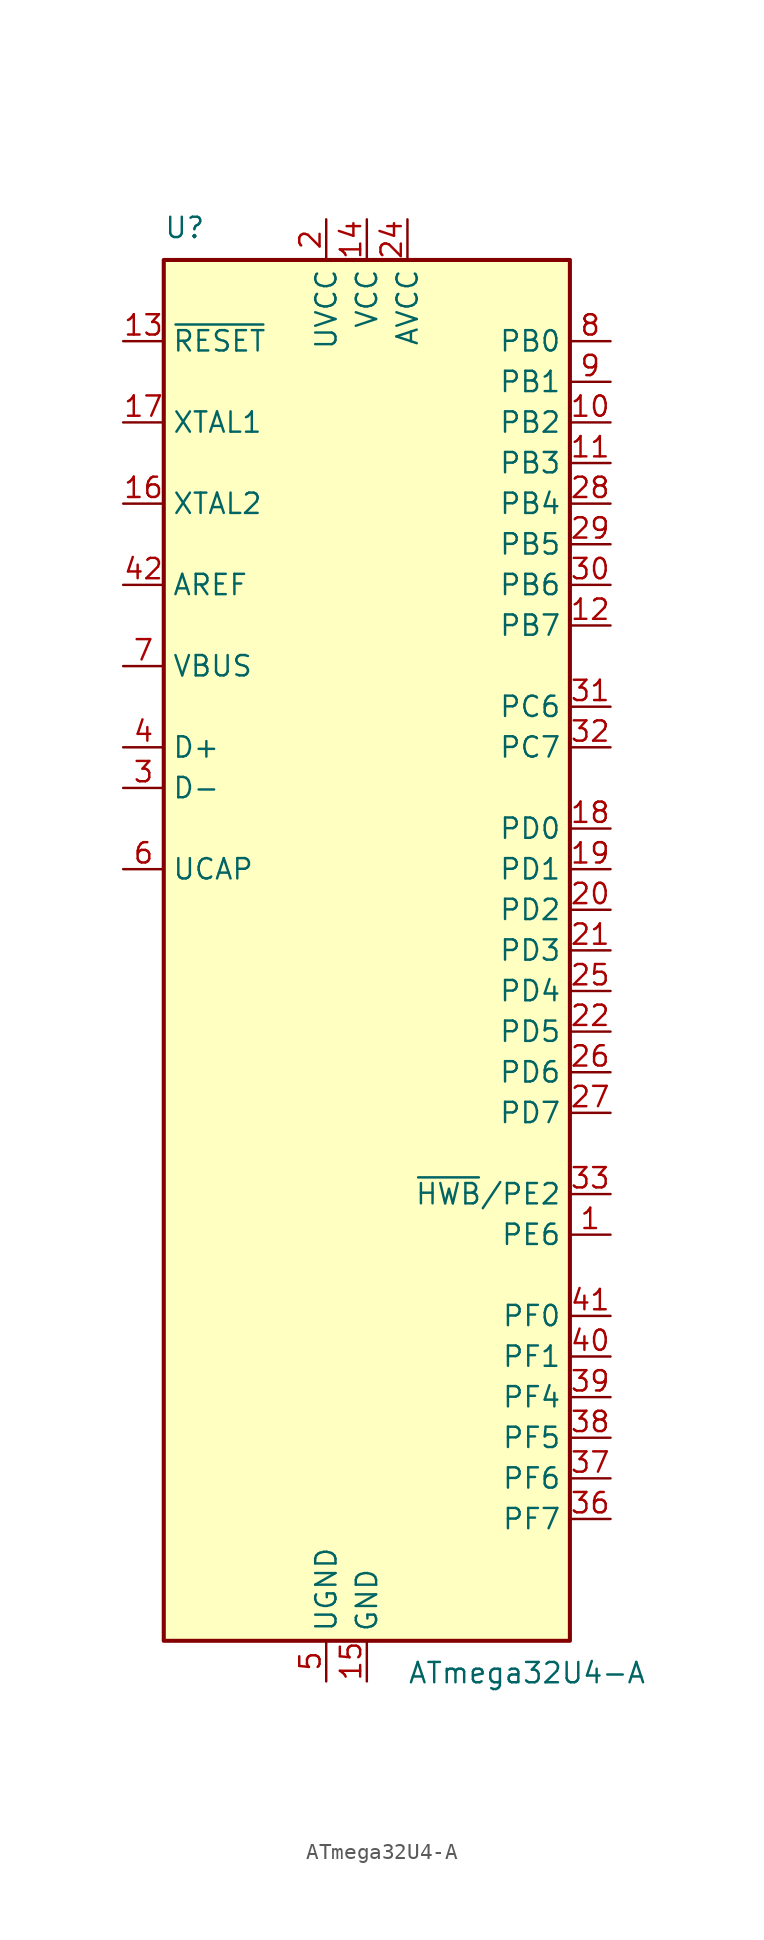
<source format=kicad_sym>
(kicad_symbol_lib
  (version 20241209)
  (generator "kicad_symbol_editor")
  (generator_version "9.0")
  (symbol "ATmega32U4-A"
    (property "Reference" "U"
      (at -12.7 44.45 0)
      (effects (font (size 1.27 1.27)) (justify left bottom)))
    (property "Value" "ATmega32U4-A"
      (at 2.54 -44.45 0)
      (effects (font (size 1.27 1.27)) (justify left top)))
    (symbol "ATmega32U4-A_0_1"
      (rectangle (start -12.7 -43.18) (end 12.7 43.18) (stroke (width 0.254) (type default)) (fill (type background))))
    (symbol "ATmega32U4-A_1_1"
      (pin input line (at -15.24 38.1 0) (length 2.54) (name "~{RESET}" (effects (font (size 1.27 1.27)))) (number "13" (effects (font (size 1.27 1.27)))))
      (pin input line (at -15.24 33.02 0) (length 2.54) (name "XTAL1" (effects (font (size 1.27 1.27)))) (number "17" (effects (font (size 1.27 1.27)))))
      (pin output line (at -15.24 27.94 0) (length 2.54) (name "XTAL2" (effects (font (size 1.27 1.27)))) (number "16" (effects (font (size 1.27 1.27)))))
      (pin passive line (at -15.24 22.86 0) (length 2.54) (name "AREF" (effects (font (size 1.27 1.27)))) (number "42" (effects (font (size 1.27 1.27)))))
      (pin input line (at -15.24 17.78 0) (length 2.54) (name "VBUS" (effects (font (size 1.27 1.27)))) (number "7" (effects (font (size 1.27 1.27)))))
      (pin bidirectional line (at -15.24 12.7 0) (length 2.54) (name "D+" (effects (font (size 1.27 1.27)))) (number "4" (effects (font (size 1.27 1.27)))))
      (pin bidirectional line (at -15.24 10.16 0) (length 2.54) (name "D-" (effects (font (size 1.27 1.27)))) (number "3" (effects (font (size 1.27 1.27)))))
      (pin passive line (at -15.24 5.08 0) (length 2.54) (name "UCAP" (effects (font (size 1.27 1.27)))) (number "6" (effects (font (size 1.27 1.27)))))
      (pin power_in line (at -2.54 45.72 270) (length 2.54) (name "UVCC" (effects (font (size 1.27 1.27)))) (number "2" (effects (font (size 1.27 1.27)))))
      (pin passive line (at -2.54 -45.72 90) (length 2.54) (name "UGND" (effects (font (size 1.27 1.27)))) (number "5" (effects (font (size 1.27 1.27)))))
      (pin power_in line (at 0 45.72 270) (length 2.54) (name "VCC" (effects (font (size 1.27 1.27)))) (number "14" (effects (font (size 1.27 1.27)))))
      (pin passive line (at 0 45.72 270) (length 2.54) (hide yes) (name "VCC" (effects (font (size 1.27 1.27)))) (number "34" (effects (font (size 1.27 1.27)))))
      (pin power_in line (at 0 -45.72 90) (length 2.54) (name "GND" (effects (font (size 1.27 1.27)))) (number "15" (effects (font (size 1.27 1.27)))))
      (pin passive line (at 0 -45.72 90) (length 2.54) (hide yes) (name "GND" (effects (font (size 1.27 1.27)))) (number "23" (effects (font (size 1.27 1.27)))))
      (pin passive line (at 0 -45.72 90) (length 2.54) (hide yes) (name "GND" (effects (font (size 1.27 1.27)))) (number "35" (effects (font (size 1.27 1.27)))))
      (pin passive line (at 0 -45.72 90) (length 2.54) (hide yes) (name "GND" (effects (font (size 1.27 1.27)))) (number "43" (effects (font (size 1.27 1.27)))))
      (pin power_in line (at 2.54 45.72 270) (length 2.54) (name "AVCC" (effects (font (size 1.27 1.27)))) (number "24" (effects (font (size 1.27 1.27)))))
      (pin passive line (at 2.54 45.72 270) (length 2.54) (hide yes) (name "AVCC" (effects (font (size 1.27 1.27)))) (number "44" (effects (font (size 1.27 1.27)))))
      (pin bidirectional line (at 15.24 38.1 180) (length 2.54) (name "PB0" (effects (font (size 1.27 1.27)))) (number "8" (effects (font (size 1.27 1.27)))))
      (pin bidirectional line (at 15.24 35.56 180) (length 2.54) (name "PB1" (effects (font (size 1.27 1.27)))) (number "9" (effects (font (size 1.27 1.27)))))
      (pin bidirectional line (at 15.24 33.02 180) (length 2.54) (name "PB2" (effects (font (size 1.27 1.27)))) (number "10" (effects (font (size 1.27 1.27)))))
      (pin bidirectional line (at 15.24 30.48 180) (length 2.54) (name "PB3" (effects (font (size 1.27 1.27)))) (number "11" (effects (font (size 1.27 1.27)))))
      (pin bidirectional line (at 15.24 27.94 180) (length 2.54) (name "PB4" (effects (font (size 1.27 1.27)))) (number "28" (effects (font (size 1.27 1.27)))))
      (pin bidirectional line (at 15.24 25.4 180) (length 2.54) (name "PB5" (effects (font (size 1.27 1.27)))) (number "29" (effects (font (size 1.27 1.27)))))
      (pin bidirectional line (at 15.24 22.86 180) (length 2.54) (name "PB6" (effects (font (size 1.27 1.27)))) (number "30" (effects (font (size 1.27 1.27)))))
      (pin bidirectional line (at 15.24 20.32 180) (length 2.54) (name "PB7" (effects (font (size 1.27 1.27)))) (number "12" (effects (font (size 1.27 1.27)))))
      (pin bidirectional line (at 15.24 15.24 180) (length 2.54) (name "PC6" (effects (font (size 1.27 1.27)))) (number "31" (effects (font (size 1.27 1.27)))))
      (pin bidirectional line (at 15.24 12.7 180) (length 2.54) (name "PC7" (effects (font (size 1.27 1.27)))) (number "32" (effects (font (size 1.27 1.27)))))
      (pin bidirectional line (at 15.24 7.62 180) (length 2.54) (name "PD0" (effects (font (size 1.27 1.27)))) (number "18" (effects (font (size 1.27 1.27)))))
      (pin bidirectional line (at 15.24 5.08 180) (length 2.54) (name "PD1" (effects (font (size 1.27 1.27)))) (number "19" (effects (font (size 1.27 1.27)))))
      (pin bidirectional line (at 15.24 2.54 180) (length 2.54) (name "PD2" (effects (font (size 1.27 1.27)))) (number "20" (effects (font (size 1.27 1.27)))))
      (pin bidirectional line (at 15.24 0 180) (length 2.54) (name "PD3" (effects (font (size 1.27 1.27)))) (number "21" (effects (font (size 1.27 1.27)))))
      (pin bidirectional line (at 15.24 -2.54 180) (length 2.54) (name "PD4" (effects (font (size 1.27 1.27)))) (number "25" (effects (font (size 1.27 1.27)))))
      (pin bidirectional line (at 15.24 -5.08 180) (length 2.54) (name "PD5" (effects (font (size 1.27 1.27)))) (number "22" (effects (font (size 1.27 1.27)))))
      (pin bidirectional line (at 15.24 -7.62 180) (length 2.54) (name "PD6" (effects (font (size 1.27 1.27)))) (number "26" (effects (font (size 1.27 1.27)))))
      (pin bidirectional line (at 15.24 -10.16 180) (length 2.54) (name "PD7" (effects (font (size 1.27 1.27)))) (number "27" (effects (font (size 1.27 1.27)))))
      (pin bidirectional line (at 15.24 -15.24 180) (length 2.54) (name "~{HWB}/PE2" (effects (font (size 1.27 1.27)))) (number "33" (effects (font (size 1.27 1.27)))))
      (pin bidirectional line (at 15.24 -17.78 180) (length 2.54) (name "PE6" (effects (font (size 1.27 1.27)))) (number "1" (effects (font (size 1.27 1.27)))))
      (pin bidirectional line (at 15.24 -22.86 180) (length 2.54) (name "PF0" (effects (font (size 1.27 1.27)))) (number "41" (effects (font (size 1.27 1.27)))))
      (pin bidirectional line (at 15.24 -25.4 180) (length 2.54) (name "PF1" (effects (font (size 1.27 1.27)))) (number "40" (effects (font (size 1.27 1.27)))))
      (pin bidirectional line (at 15.24 -27.94 180) (length 2.54) (name "PF4" (effects (font (size 1.27 1.27)))) (number "39" (effects (font (size 1.27 1.27)))))
      (pin bidirectional line (at 15.24 -30.48 180) (length 2.54) (name "PF5" (effects (font (size 1.27 1.27)))) (number "38" (effects (font (size 1.27 1.27)))))
      (pin bidirectional line (at 15.24 -33.02 180) (length 2.54) (name "PF6" (effects (font (size 1.27 1.27)))) (number "37" (effects (font (size 1.27 1.27)))))
      (pin bidirectional line (at 15.24 -35.56 180) (length 2.54) (name "PF7" (effects (font (size 1.27 1.27)))) (number "36" (effects (font (size 1.27 1.27))))))))
</source>
